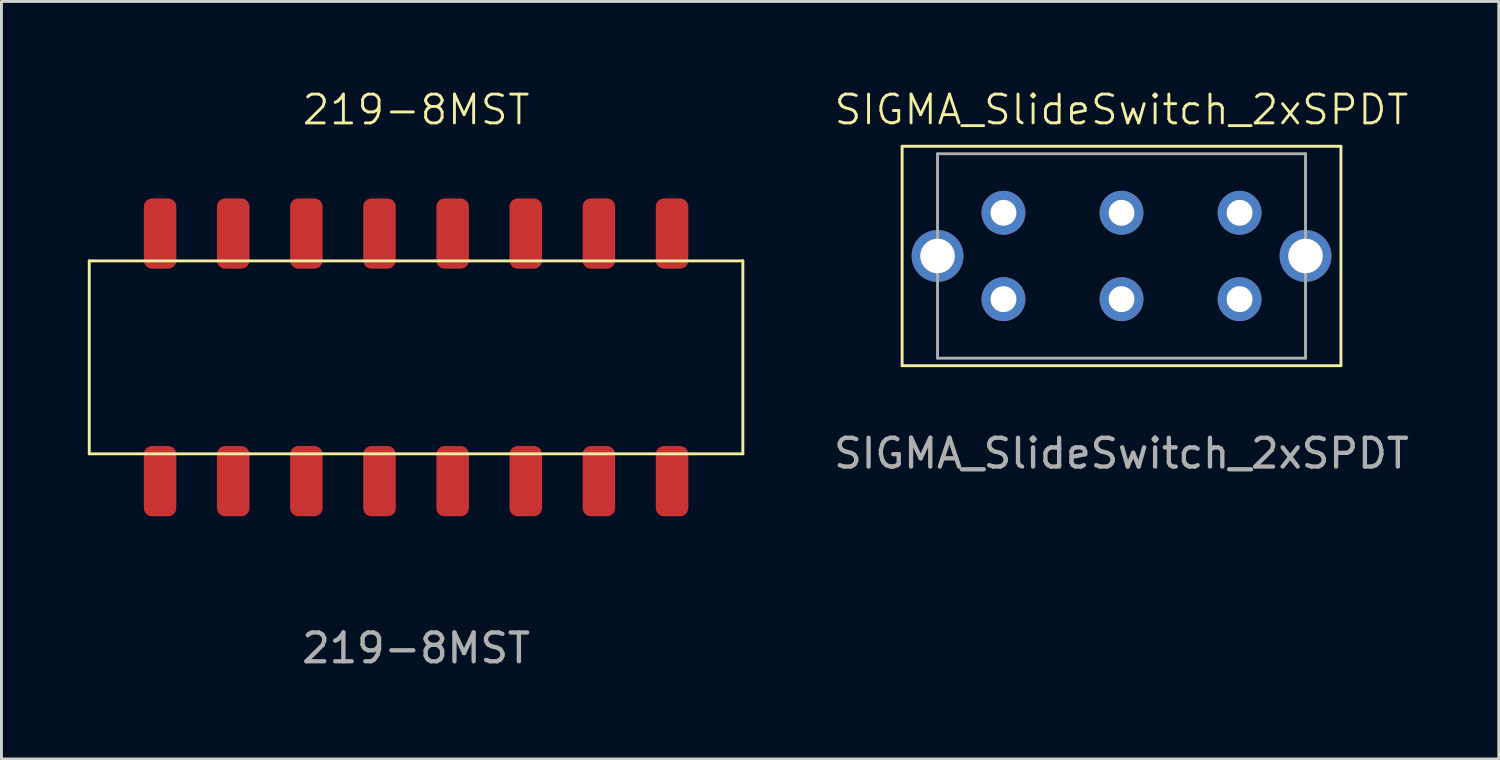
<source format=kicad_pcb>
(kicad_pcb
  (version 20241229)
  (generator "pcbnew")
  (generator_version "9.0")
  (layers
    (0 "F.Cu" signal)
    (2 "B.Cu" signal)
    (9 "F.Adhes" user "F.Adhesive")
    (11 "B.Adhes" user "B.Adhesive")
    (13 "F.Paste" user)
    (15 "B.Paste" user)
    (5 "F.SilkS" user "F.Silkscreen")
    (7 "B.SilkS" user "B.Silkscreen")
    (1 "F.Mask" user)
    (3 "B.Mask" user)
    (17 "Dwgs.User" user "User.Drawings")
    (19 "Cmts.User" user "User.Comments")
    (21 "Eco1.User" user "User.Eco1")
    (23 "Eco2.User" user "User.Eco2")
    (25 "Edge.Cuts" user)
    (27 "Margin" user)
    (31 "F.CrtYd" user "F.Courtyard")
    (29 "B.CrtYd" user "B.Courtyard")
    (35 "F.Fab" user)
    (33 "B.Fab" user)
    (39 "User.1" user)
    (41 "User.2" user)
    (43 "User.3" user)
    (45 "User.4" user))
  (footprint "SIGMA_SlideSwitch_2xSPDT"
    (layer "F.Cu")
    (at 35.901 5.84)
    (property "Reference" "SIGMA_SlideSwitch_2xSPDT" (at 0 -5.08 0) (unlocked yes) (layer "F.SilkS") (effects (font (size 1 1) (thickness 0.1))))
    (attr through_hole)
    (fp_line (start -7.62 -3.81) (end 7.62 -3.81) (stroke (width 0.1) (type default)) (layer "F.SilkS"))
    (fp_line (start -7.62 3.81) (end -7.62 -3.81) (stroke (width 0.1) (type default)) (layer "F.SilkS"))
    (fp_line (start 7.62 -3.81) (end 7.62 3.81) (stroke (width 0.1) (type default)) (layer "F.SilkS"))
    (fp_line (start 7.62 3.81) (end -7.62 3.81) (stroke (width 0.1) (type default)) (layer "F.SilkS"))
    (fp_line (start -6.39 -3.55) (end 6.39 -3.55) (stroke (width 0.1) (type default)) (layer "F.Fab"))
    (fp_line (start -6.39 3.55) (end -6.39 -3.55) (stroke (width 0.1) (type default)) (layer "F.Fab"))
    (fp_line (start 6.39 -3.55) (end 6.39 3.55) (stroke (width 0.1) (type default)) (layer "F.Fab"))
    (fp_line (start 6.39 3.55) (end -6.39 3.55) (stroke (width 0.1) (type default)) (layer "F.Fab"))
    (fp_text user "${REFERENCE}" (at 0 6.858 0) (unlocked yes) (layer "F.Fab") (effects (font (size 1 1) (thickness 0.15))))
    (pad "1" thru_hole circle (at -4.1 -1.5) (size 1.524 1.524) (drill 0.9) (layers "*.Cu" "*.Mask"))
    (pad "2" thru_hole circle (at 0 -1.5) (size 1.524 1.524) (drill 0.9) (layers "*.Cu" "*.Mask"))
    (pad "3" thru_hole circle (at 4.1 -1.5) (size 1.524 1.524) (drill 0.9) (layers "*.Cu" "*.Mask"))
    (pad "4" thru_hole circle (at -4.1 1.5) (size 1.524 1.524) (drill 0.9) (layers "*.Cu" "*.Mask"))
    (pad "5" thru_hole circle (at 0 1.5) (size 1.524 1.524) (drill 0.9) (layers "*.Cu" "*.Mask"))
    (pad "6" thru_hole circle (at 4.1 1.5) (size 1.524 1.524) (drill 0.9) (layers "*.Cu" "*.Mask"))
    (pad "7" thru_hole circle (at -6.39 0) (size 1.8 1.8) (drill 1.2) (layers "*.Cu" "*.Mask"))
    (pad "8" thru_hole circle (at 6.39 0) (size 1.8 1.8) (drill 1.2) (layers "*.Cu" "*.Mask")))
  (footprint "219-8MST"
    (layer "F.Cu")
    (at 11.4 9.361)
    (property "Reference" "219-8MST" (at 0 -8.6 0) (unlocked yes) (layer "F.SilkS") (effects (font (size 1 1) (thickness 0.1))))
    (attr smd)
    (fp_line (start -11.35 -3.35) (end 11.35 -3.35) (stroke (width 0.1) (type default)) (layer "F.SilkS"))
    (fp_line (start -11.35 3.35) (end -11.35 -3.35) (stroke (width 0.1) (type default)) (layer "F.SilkS"))
    (fp_line (start 11.35 -3.35) (end 11.35 3.35) (stroke (width 0.1) (type default)) (layer "F.SilkS"))
    (fp_line (start 11.35 3.35) (end -11.35 3.35) (stroke (width 0.1) (type default)) (layer "F.SilkS"))
    (fp_text user "${REFERENCE}" (at 0 10.1 0) (unlocked yes) (layer "F.Fab") (effects (font (size 1 1) (thickness 0.15))))
    (pad "1" smd roundrect (at -8.89 -4.3) (size 1.13 2.44) (layers "F.Cu" "F.Mask" "F.Paste") (roundrect_rratio 0.25))
    (pad "2" smd roundrect (at -8.89 4.3) (size 1.13 2.44) (layers "F.Cu" "F.Mask" "F.Paste") (roundrect_rratio 0.25))
    (pad "3" smd roundrect (at -6.35 -4.3) (size 1.13 2.44) (layers "F.Cu" "F.Mask" "F.Paste") (roundrect_rratio 0.25))
    (pad "4" smd roundrect (at -6.35 4.3) (size 1.13 2.44) (layers "F.Cu" "F.Mask" "F.Paste") (roundrect_rratio 0.25))
    (pad "5" smd roundrect (at -3.81 -4.3) (size 1.13 2.44) (layers "F.Cu" "F.Mask" "F.Paste") (roundrect_rratio 0.25))
    (pad "6" smd roundrect (at -3.81 4.3) (size 1.13 2.44) (layers "F.Cu" "F.Mask" "F.Paste") (roundrect_rratio 0.25))
    (pad "7" smd roundrect (at -1.27 -4.3) (size 1.13 2.44) (layers "F.Cu" "F.Mask" "F.Paste") (roundrect_rratio 0.25))
    (pad "8" smd roundrect (at -1.27 4.3) (size 1.13 2.44) (layers "F.Cu" "F.Mask" "F.Paste") (roundrect_rratio 0.25))
    (pad "9" smd roundrect (at 1.27 -4.3) (size 1.13 2.44) (layers "F.Cu" "F.Mask" "F.Paste") (roundrect_rratio 0.25))
    (pad "10" smd roundrect (at 1.27 4.3) (size 1.13 2.44) (layers "F.Cu" "F.Mask" "F.Paste") (roundrect_rratio 0.25))
    (pad "11" smd roundrect (at 3.81 -4.3) (size 1.13 2.44) (layers "F.Cu" "F.Mask" "F.Paste") (roundrect_rratio 0.25))
    (pad "12" smd roundrect (at 3.81 4.3) (size 1.13 2.44) (layers "F.Cu" "F.Mask" "F.Paste") (roundrect_rratio 0.25))
    (pad "13" smd roundrect (at 6.35 -4.3) (size 1.13 2.44) (layers "F.Cu" "F.Mask" "F.Paste") (roundrect_rratio 0.25))
    (pad "14" smd roundrect (at 6.35 4.3) (size 1.13 2.44) (layers "F.Cu" "F.Mask" "F.Paste") (roundrect_rratio 0.25))
    (pad "15" smd roundrect (at 8.89 -4.3) (size 1.13 2.44) (layers "F.Cu" "F.Mask" "F.Paste") (roundrect_rratio 0.25))
    (pad "16" smd roundrect (at 8.89 4.3) (size 1.13 2.44) (layers "F.Cu" "F.Mask" "F.Paste") (roundrect_rratio 0.25)))
  (gr_rect
    (start -3 -3)
    (end 49.002 23.309)
    (stroke (width 0.1) (type default))
    (fill no)
    (layer "Edge.Cuts")))
</source>
